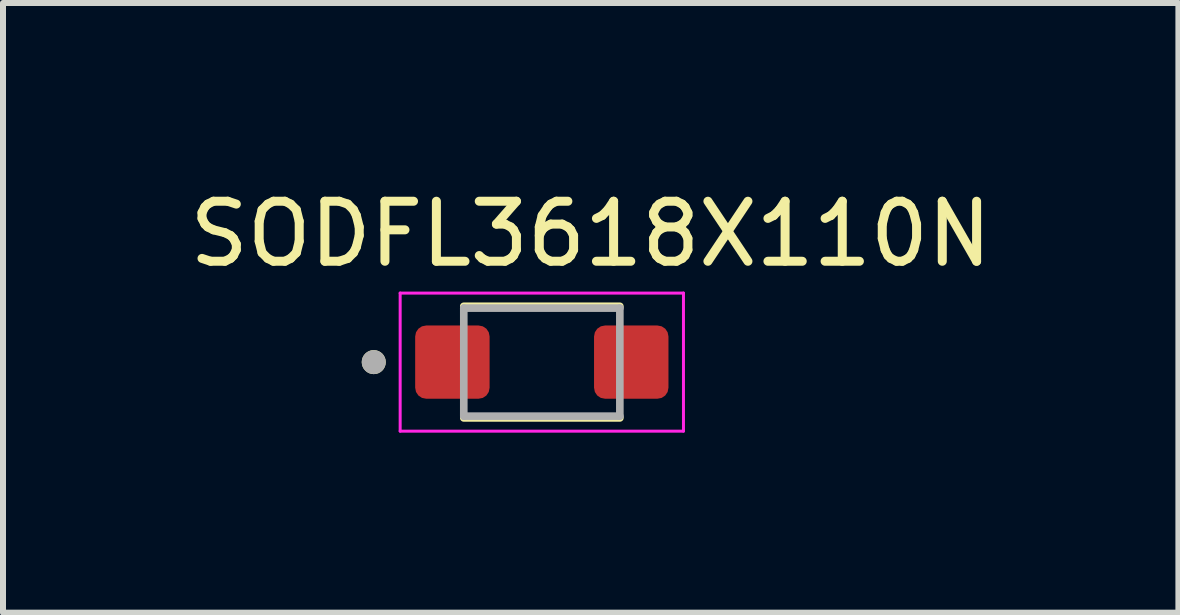
<source format=kicad_pcb>
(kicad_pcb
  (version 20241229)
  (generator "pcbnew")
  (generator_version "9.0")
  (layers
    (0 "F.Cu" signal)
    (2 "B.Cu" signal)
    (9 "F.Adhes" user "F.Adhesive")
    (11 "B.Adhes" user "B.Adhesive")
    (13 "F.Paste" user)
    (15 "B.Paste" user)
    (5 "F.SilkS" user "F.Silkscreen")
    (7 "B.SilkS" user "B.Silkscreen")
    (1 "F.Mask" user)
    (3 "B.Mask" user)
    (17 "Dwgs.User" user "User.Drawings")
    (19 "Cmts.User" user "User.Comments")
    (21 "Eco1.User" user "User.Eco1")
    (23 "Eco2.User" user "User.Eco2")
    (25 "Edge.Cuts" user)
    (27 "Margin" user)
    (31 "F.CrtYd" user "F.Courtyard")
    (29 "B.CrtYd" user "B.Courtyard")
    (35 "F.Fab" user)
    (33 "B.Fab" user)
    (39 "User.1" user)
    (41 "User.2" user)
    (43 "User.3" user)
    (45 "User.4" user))
  (footprint "SODFL3618X110N"
    (layer "F.Cu")
    (at 5.977 2.983)
    (property "Reference" "SODFL3618X110N" (at 0.815 -2.135 0) (layer "F.SilkS") (effects (font (size 1 1) (thickness 0.15))))
    (attr smd)
    (fp_line (start -1.3 -0.93) (end 1.3 -0.93) (stroke (width 0.127) (type solid)) (layer "F.SilkS"))
    (fp_line (start -1.3 0.93) (end 1.3 0.93) (stroke (width 0.127) (type solid)) (layer "F.SilkS"))
    (fp_circle (center -2.8 0) (end -2.7 0) (stroke (width 0.2) (type solid)) (fill no) (layer "F.SilkS"))
    (fp_line (start -2.36 -1.15) (end -2.36 1.15) (stroke (width 0.05) (type solid)) (layer "F.CrtYd"))
    (fp_line (start -2.36 1.15) (end 2.36 1.15) (stroke (width 0.05) (type solid)) (layer "F.CrtYd"))
    (fp_line (start 2.36 -1.15) (end -2.36 -1.15) (stroke (width 0.05) (type solid)) (layer "F.CrtYd"))
    (fp_line (start 2.36 1.15) (end 2.36 -1.15) (stroke (width 0.05) (type solid)) (layer "F.CrtYd"))
    (fp_line (start -1.3 -0.9) (end 1.3 -0.9) (stroke (width 0.127) (type solid)) (layer "F.Fab"))
    (fp_line (start -1.3 0.9) (end -1.3 -0.9) (stroke (width 0.127) (type solid)) (layer "F.Fab"))
    (fp_line (start 1.3 -0.9) (end 1.3 0.9) (stroke (width 0.127) (type solid)) (layer "F.Fab"))
    (fp_line (start 1.3 0.9) (end -1.3 0.9) (stroke (width 0.127) (type solid)) (layer "F.Fab"))
    (fp_circle (center -2.8 0) (end -2.7 0) (stroke (width 0.2) (type solid)) (fill no) (layer "F.Fab"))
    (pad "A" smd roundrect (at 1.49 0) (size 1.24 1.22) (layers "F.Cu" "F.Mask" "F.Paste") (roundrect_rratio 0.15))
    (pad "C" smd roundrect (at -1.49 0) (size 1.24 1.22) (layers "F.Cu" "F.Mask" "F.Paste") (roundrect_rratio 0.15)))
  (gr_rect
    (start -3 -3)
    (end 16.583 7.158)
    (stroke (width 0.1) (type default))
    (fill no)
    (layer "Edge.Cuts")))
</source>
